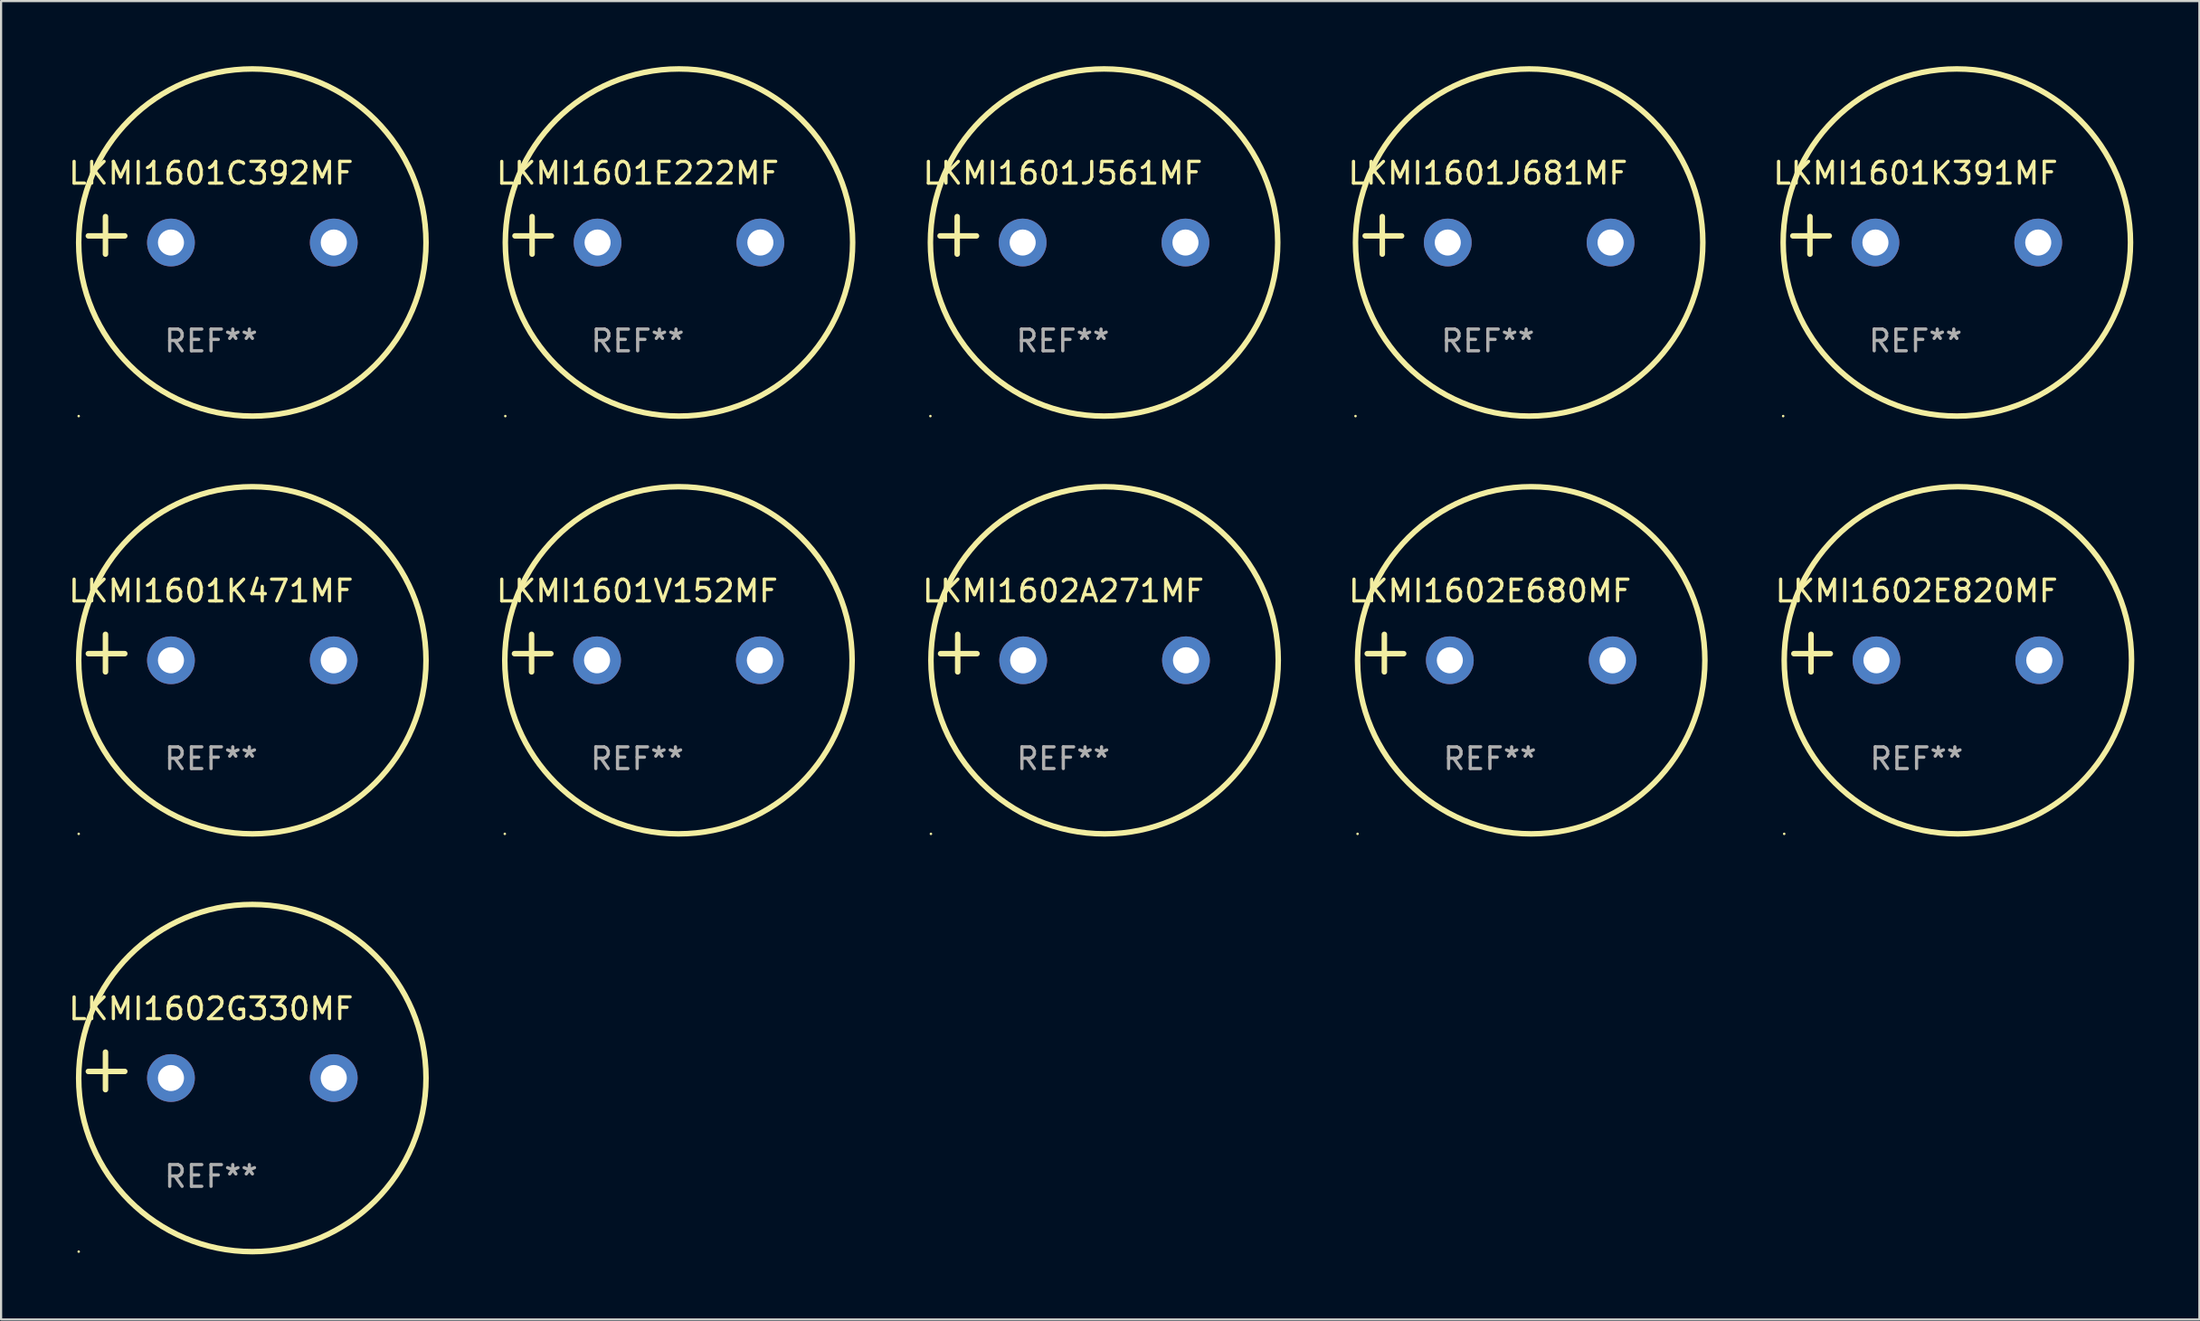
<source format=kicad_pcb>
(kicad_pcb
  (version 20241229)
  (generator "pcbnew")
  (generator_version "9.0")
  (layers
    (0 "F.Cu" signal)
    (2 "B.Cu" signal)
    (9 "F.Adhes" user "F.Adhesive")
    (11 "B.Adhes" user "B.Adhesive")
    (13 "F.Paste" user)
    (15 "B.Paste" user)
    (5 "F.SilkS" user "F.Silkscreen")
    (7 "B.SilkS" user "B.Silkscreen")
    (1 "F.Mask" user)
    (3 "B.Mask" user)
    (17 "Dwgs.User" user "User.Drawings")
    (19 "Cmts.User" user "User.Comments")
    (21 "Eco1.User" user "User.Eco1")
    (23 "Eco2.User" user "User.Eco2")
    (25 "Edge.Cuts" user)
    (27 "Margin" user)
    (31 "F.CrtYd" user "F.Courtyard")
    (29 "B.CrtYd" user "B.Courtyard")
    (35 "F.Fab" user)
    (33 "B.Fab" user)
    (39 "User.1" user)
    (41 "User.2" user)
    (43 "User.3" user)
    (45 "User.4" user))
  (footprint "LKMI1602E820MF"
    (layer "F.Cu")
    (at 85.24 27.051)
    (property "Reference" "LKMI1602E820MF" (at 0 -2.864 0) (layer "F.SilkS") (effects (font (size 1 1) (thickness 0.15))))
    (attr through_hole)
    (fp_line (start -4.864 0.864) (end -4.864 -0.864) (stroke (width 0.254) (type solid)) (layer "F.SilkS"))
    (fp_line (start -3.975 0.025) (end -5.652 0.025) (stroke (width 0.254) (type solid)) (layer "F.SilkS"))
    (fp_circle (center -6.098 8.33) (end -6.068 8.33) (stroke (width 0.06) (type solid)) (fill no) (layer "F.SilkS"))
    (fp_circle (center 1.902 0.33) (end 9.902 0.33) (stroke (width 0.254) (type solid)) (fill no) (layer "F.SilkS"))
    (fp_text user "REF**" (at 0 4.864 0) (layer "F.Fab") (effects (font (size 1 1) (thickness 0.15))))
    (pad "1" thru_hole circle (at -1.848 0.33) (size 2.2 2.2) (drill 1.2) (layers "*.Cu" "*.Mask"))
    (pad "2" thru_hole circle (at 5.652 0.33) (size 2.2 2.2) (drill 1.2) (layers "*.Cu" "*.Mask")))
  (footprint "LKMI1601C392MF"
    (layer "F.Cu")
    (at 6.673 7.797)
    (property "Reference" "LKMI1601C392MF" (at 0 -2.864 0) (layer "F.SilkS") (effects (font (size 1 1) (thickness 0.15))))
    (attr through_hole)
    (fp_line (start -4.864 0.864) (end -4.864 -0.864) (stroke (width 0.254) (type solid)) (layer "F.SilkS"))
    (fp_line (start -3.975 0.025) (end -5.652 0.025) (stroke (width 0.254) (type solid)) (layer "F.SilkS"))
    (fp_circle (center -6.098 8.33) (end -6.068 8.33) (stroke (width 0.06) (type solid)) (fill no) (layer "F.SilkS"))
    (fp_circle (center 1.902 0.33) (end 9.902 0.33) (stroke (width 0.254) (type solid)) (fill no) (layer "F.SilkS"))
    (fp_text user "REF**" (at 0 4.864 0) (layer "F.Fab") (effects (font (size 1 1) (thickness 0.15))))
    (pad "1" thru_hole circle (at -1.848 0.33) (size 2.2 2.2) (drill 1.2) (layers "*.Cu" "*.Mask"))
    (pad "2" thru_hole circle (at 5.652 0.33) (size 2.2 2.2) (drill 1.2) (layers "*.Cu" "*.Mask")))
  (footprint "LKMI1602E680MF"
    (layer "F.Cu")
    (at 65.586 27.051)
    (property "Reference" "LKMI1602E680MF" (at 0 -2.864 0) (layer "F.SilkS") (effects (font (size 1 1) (thickness 0.15))))
    (attr through_hole)
    (fp_line (start -4.864 0.864) (end -4.864 -0.864) (stroke (width 0.254) (type solid)) (layer "F.SilkS"))
    (fp_line (start -3.975 0.025) (end -5.652 0.025) (stroke (width 0.254) (type solid)) (layer "F.SilkS"))
    (fp_circle (center -6.098 8.33) (end -6.068 8.33) (stroke (width 0.06) (type solid)) (fill no) (layer "F.SilkS"))
    (fp_circle (center 1.902 0.33) (end 9.902 0.33) (stroke (width 0.254) (type solid)) (fill no) (layer "F.SilkS"))
    (fp_text user "REF**" (at 0 4.864 0) (layer "F.Fab") (effects (font (size 1 1) (thickness 0.15))))
    (pad "1" thru_hole circle (at -1.848 0.33) (size 2.2 2.2) (drill 1.2) (layers "*.Cu" "*.Mask"))
    (pad "2" thru_hole circle (at 5.652 0.33) (size 2.2 2.2) (drill 1.2) (layers "*.Cu" "*.Mask")))
  (footprint "LKMI1602G330MF"
    (layer "F.Cu")
    (at 6.673 46.305)
    (property "Reference" "LKMI1602G330MF" (at 0 -2.864 0) (layer "F.SilkS") (effects (font (size 1 1) (thickness 0.15))))
    (attr through_hole)
    (fp_line (start -4.864 0.864) (end -4.864 -0.864) (stroke (width 0.254) (type solid)) (layer "F.SilkS"))
    (fp_line (start -3.975 0.025) (end -5.652 0.025) (stroke (width 0.254) (type solid)) (layer "F.SilkS"))
    (fp_circle (center -6.098 8.33) (end -6.068 8.33) (stroke (width 0.06) (type solid)) (fill no) (layer "F.SilkS"))
    (fp_circle (center 1.902 0.33) (end 9.902 0.33) (stroke (width 0.254) (type solid)) (fill no) (layer "F.SilkS"))
    (fp_text user "REF**" (at 0 4.864 0) (layer "F.Fab") (effects (font (size 1 1) (thickness 0.15))))
    (pad "1" thru_hole circle (at -1.848 0.33) (size 2.2 2.2) (drill 1.2) (layers "*.Cu" "*.Mask"))
    (pad "2" thru_hole circle (at 5.652 0.33) (size 2.2 2.2) (drill 1.2) (layers "*.Cu" "*.Mask")))
  (footprint "LKMI1601K391MF"
    (layer "F.Cu")
    (at 85.192 7.797)
    (property "Reference" "LKMI1601K391MF" (at 0 -2.864 0) (layer "F.SilkS") (effects (font (size 1 1) (thickness 0.15))))
    (attr through_hole)
    (fp_line (start -4.864 0.864) (end -4.864 -0.864) (stroke (width 0.254) (type solid)) (layer "F.SilkS"))
    (fp_line (start -3.975 0.025) (end -5.652 0.025) (stroke (width 0.254) (type solid)) (layer "F.SilkS"))
    (fp_circle (center -6.098 8.33) (end -6.068 8.33) (stroke (width 0.06) (type solid)) (fill no) (layer "F.SilkS"))
    (fp_circle (center 1.902 0.33) (end 9.902 0.33) (stroke (width 0.254) (type solid)) (fill no) (layer "F.SilkS"))
    (fp_text user "REF**" (at 0 4.864 0) (layer "F.Fab") (effects (font (size 1 1) (thickness 0.15))))
    (pad "1" thru_hole circle (at -1.848 0.33) (size 2.2 2.2) (drill 1.2) (layers "*.Cu" "*.Mask"))
    (pad "2" thru_hole circle (at 5.652 0.33) (size 2.2 2.2) (drill 1.2) (layers "*.Cu" "*.Mask")))
  (footprint "LKMI1602A271MF"
    (layer "F.Cu")
    (at 45.932 27.051)
    (property "Reference" "LKMI1602A271MF" (at 0 -2.864 0) (layer "F.SilkS") (effects (font (size 1 1) (thickness 0.15))))
    (attr through_hole)
    (fp_line (start -4.864 0.864) (end -4.864 -0.864) (stroke (width 0.254) (type solid)) (layer "F.SilkS"))
    (fp_line (start -3.975 0.025) (end -5.652 0.025) (stroke (width 0.254) (type solid)) (layer "F.SilkS"))
    (fp_circle (center -6.098 8.33) (end -6.068 8.33) (stroke (width 0.06) (type solid)) (fill no) (layer "F.SilkS"))
    (fp_circle (center 1.902 0.33) (end 9.902 0.33) (stroke (width 0.254) (type solid)) (fill no) (layer "F.SilkS"))
    (fp_text user "REF**" (at 0 4.864 0) (layer "F.Fab") (effects (font (size 1 1) (thickness 0.15))))
    (pad "1" thru_hole circle (at -1.848 0.33) (size 2.2 2.2) (drill 1.2) (layers "*.Cu" "*.Mask"))
    (pad "2" thru_hole circle (at 5.652 0.33) (size 2.2 2.2) (drill 1.2) (layers "*.Cu" "*.Mask")))
  (footprint "LKMI1601K471MF"
    (layer "F.Cu")
    (at 6.673 27.051)
    (property "Reference" "LKMI1601K471MF" (at 0 -2.864 0) (layer "F.SilkS") (effects (font (size 1 1) (thickness 0.15))))
    (attr through_hole)
    (fp_line (start -4.864 0.864) (end -4.864 -0.864) (stroke (width 0.254) (type solid)) (layer "F.SilkS"))
    (fp_line (start -3.975 0.025) (end -5.652 0.025) (stroke (width 0.254) (type solid)) (layer "F.SilkS"))
    (fp_circle (center -6.098 8.33) (end -6.068 8.33) (stroke (width 0.06) (type solid)) (fill no) (layer "F.SilkS"))
    (fp_circle (center 1.902 0.33) (end 9.902 0.33) (stroke (width 0.254) (type solid)) (fill no) (layer "F.SilkS"))
    (fp_text user "REF**" (at 0 4.864 0) (layer "F.Fab") (effects (font (size 1 1) (thickness 0.15))))
    (pad "1" thru_hole circle (at -1.848 0.33) (size 2.2 2.2) (drill 1.2) (layers "*.Cu" "*.Mask"))
    (pad "2" thru_hole circle (at 5.652 0.33) (size 2.2 2.2) (drill 1.2) (layers "*.Cu" "*.Mask")))
  (footprint "LKMI1601J561MF"
    (layer "F.Cu")
    (at 45.908 7.797)
    (property "Reference" "LKMI1601J561MF" (at 0 -2.864 0) (layer "F.SilkS") (effects (font (size 1 1) (thickness 0.15))))
    (attr through_hole)
    (fp_line (start -4.864 0.864) (end -4.864 -0.864) (stroke (width 0.254) (type solid)) (layer "F.SilkS"))
    (fp_line (start -3.975 0.025) (end -5.652 0.025) (stroke (width 0.254) (type solid)) (layer "F.SilkS"))
    (fp_circle (center -6.098 8.33) (end -6.068 8.33) (stroke (width 0.06) (type solid)) (fill no) (layer "F.SilkS"))
    (fp_circle (center 1.902 0.33) (end 9.902 0.33) (stroke (width 0.254) (type solid)) (fill no) (layer "F.SilkS"))
    (fp_text user "REF**" (at 0 4.864 0) (layer "F.Fab") (effects (font (size 1 1) (thickness 0.15))))
    (pad "1" thru_hole circle (at -1.848 0.33) (size 2.2 2.2) (drill 1.2) (layers "*.Cu" "*.Mask"))
    (pad "2" thru_hole circle (at 5.652 0.33) (size 2.2 2.2) (drill 1.2) (layers "*.Cu" "*.Mask")))
  (footprint "LKMI1601E222MF"
    (layer "F.Cu")
    (at 26.326 7.797)
    (property "Reference" "LKMI1601E222MF" (at 0 -2.864 0) (layer "F.SilkS") (effects (font (size 1 1) (thickness 0.15))))
    (attr through_hole)
    (fp_line (start -4.864 0.864) (end -4.864 -0.864) (stroke (width 0.254) (type solid)) (layer "F.SilkS"))
    (fp_line (start -3.975 0.025) (end -5.652 0.025) (stroke (width 0.254) (type solid)) (layer "F.SilkS"))
    (fp_circle (center -6.098 8.33) (end -6.068 8.33) (stroke (width 0.06) (type solid)) (fill no) (layer "F.SilkS"))
    (fp_circle (center 1.902 0.33) (end 9.902 0.33) (stroke (width 0.254) (type solid)) (fill no) (layer "F.SilkS"))
    (fp_text user "REF**" (at 0 4.864 0) (layer "F.Fab") (effects (font (size 1 1) (thickness 0.15))))
    (pad "1" thru_hole circle (at -1.848 0.33) (size 2.2 2.2) (drill 1.2) (layers "*.Cu" "*.Mask"))
    (pad "2" thru_hole circle (at 5.652 0.33) (size 2.2 2.2) (drill 1.2) (layers "*.Cu" "*.Mask")))
  (footprint "LKMI1601V152MF"
    (layer "F.Cu")
    (at 26.302 27.051)
    (property "Reference" "LKMI1601V152MF" (at 0 -2.864 0) (layer "F.SilkS") (effects (font (size 1 1) (thickness 0.15))))
    (attr through_hole)
    (fp_line (start -4.864 0.864) (end -4.864 -0.864) (stroke (width 0.254) (type solid)) (layer "F.SilkS"))
    (fp_line (start -3.975 0.025) (end -5.652 0.025) (stroke (width 0.254) (type solid)) (layer "F.SilkS"))
    (fp_circle (center -6.098 8.33) (end -6.068 8.33) (stroke (width 0.06) (type solid)) (fill no) (layer "F.SilkS"))
    (fp_circle (center 1.902 0.33) (end 9.902 0.33) (stroke (width 0.254) (type solid)) (fill no) (layer "F.SilkS"))
    (fp_text user "REF**" (at 0 4.864 0) (layer "F.Fab") (effects (font (size 1 1) (thickness 0.15))))
    (pad "1" thru_hole circle (at -1.848 0.33) (size 2.2 2.2) (drill 1.2) (layers "*.Cu" "*.Mask"))
    (pad "2" thru_hole circle (at 5.652 0.33) (size 2.2 2.2) (drill 1.2) (layers "*.Cu" "*.Mask")))
  (footprint "LKMI1601J681MF"
    (layer "F.Cu")
    (at 65.491 7.797)
    (property "Reference" "LKMI1601J681MF" (at 0 -2.864 0) (layer "F.SilkS") (effects (font (size 1 1) (thickness 0.15))))
    (attr through_hole)
    (fp_line (start -4.864 0.864) (end -4.864 -0.864) (stroke (width 0.254) (type solid)) (layer "F.SilkS"))
    (fp_line (start -3.975 0.025) (end -5.652 0.025) (stroke (width 0.254) (type solid)) (layer "F.SilkS"))
    (fp_circle (center -6.098 8.33) (end -6.068 8.33) (stroke (width 0.06) (type solid)) (fill no) (layer "F.SilkS"))
    (fp_circle (center 1.902 0.33) (end 9.902 0.33) (stroke (width 0.254) (type solid)) (fill no) (layer "F.SilkS"))
    (fp_text user "REF**" (at 0 4.864 0) (layer "F.Fab") (effects (font (size 1 1) (thickness 0.15))))
    (pad "1" thru_hole circle (at -1.848 0.33) (size 2.2 2.2) (drill 1.2) (layers "*.Cu" "*.Mask"))
    (pad "2" thru_hole circle (at 5.652 0.33) (size 2.2 2.2) (drill 1.2) (layers "*.Cu" "*.Mask")))
  (gr_rect
    (start -3 -3)
    (end 98.268 57.762)
    (stroke (width 0.1) (type default))
    (fill no)
    (layer "Edge.Cuts")))
</source>
